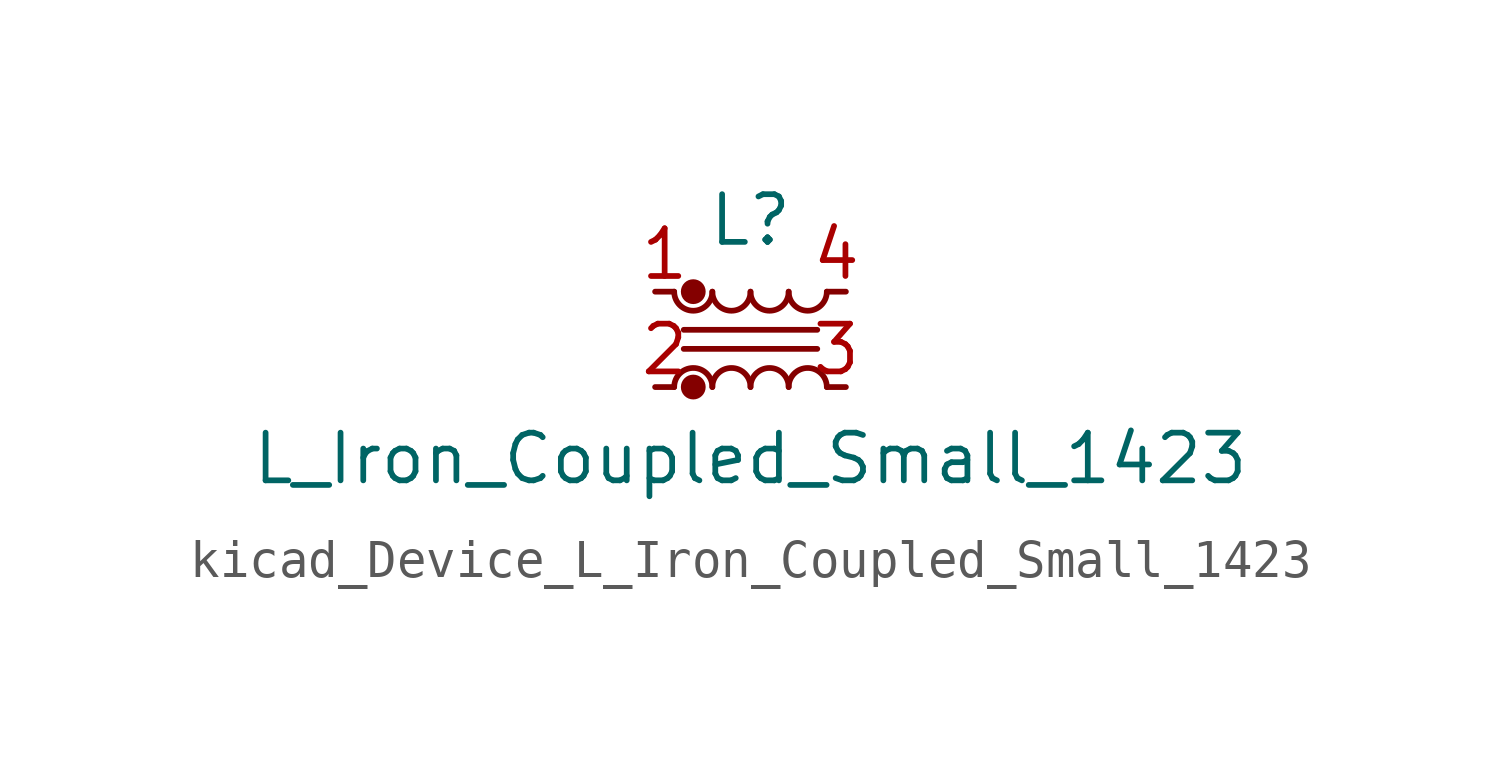
<source format=kicad_sym>
(kicad_symbol_lib
  (version 20220914)
  (generator kicad_symbol_editor)
  (symbol "kicad_Device_L_Iron_Coupled_Small_1423"
    (pin_names
      (offset 0.254) hide)
    (property "Reference" "L"
      (at 0 3.175 0)
      (effects (font (size 1.27 1.27))))
    (property "Value" "L_Iron_Coupled_Small_1423"
      (at 0 -3.175 0)
      (effects (font (size 1.27 1.27))))
    (symbol "kicad_Device_L_Iron_Coupled_Small_1423_0_1"
      (arc (start -2.032 1.27) (mid -1.524 0.7642) (end -1.016 1.27) (stroke (width 0) (type default)) (fill (type none)))
      (circle (center -1.524 -1.27) (radius 0.254) (stroke (width 0) (type default)) (fill (type outline)))
      (circle (center -1.524 1.27) (radius 0.254) (stroke (width 0) (type default)) (fill (type outline)))
      (arc (start -1.016 -1.27) (mid -1.524 -0.7642) (end -2.032 -1.27) (stroke (width 0) (type default)) (fill (type none)))
      (arc (start -1.016 1.27) (mid -0.508 0.7642) (end 0 1.27) (stroke (width 0) (type default)) (fill (type none)))
      (arc (start 0 -1.27) (mid -0.508 -0.7642) (end -1.016 -1.27) (stroke (width 0) (type default)) (fill (type none)))
      (polyline (pts (xy 1.778 -0.254) (xy -1.778 -0.254)) (stroke (width 0) (type default)) (fill (type none)))
      (polyline (pts (xy 1.778 0.254) (xy -1.778 0.254)) (stroke (width 0) (type default)) (fill (type none)))
      (arc (start 0 1.27) (mid 0.508 0.7642) (end 1.016 1.27) (stroke (width 0) (type default)) (fill (type none)))
      (arc (start 1.016 -1.27) (mid 0.508 -0.7642) (end 0 -1.27) (stroke (width 0) (type default)) (fill (type none)))
      (arc (start 1.016 1.27) (mid 1.524 0.7642) (end 2.032 1.27) (stroke (width 0) (type default)) (fill (type none)))
      (arc (start 2.032 -1.27) (mid 1.524 -0.7642) (end 1.016 -1.27) (stroke (width 0) (type default)) (fill (type none))))
    (symbol "kicad_Device_L_Iron_Coupled_Small_1423_1_1"
      (pin passive line (at -2.54 1.27 0) (length 0.508) (name "1" (effects (font (size 1.27 1.27)))) (number "1" (effects (font (size 1.27 1.27)))))
      (pin passive line (at -2.54 -1.27 0) (length 0.508) (name "2" (effects (font (size 1.27 1.27)))) (number "2" (effects (font (size 1.27 1.27)))))
      (pin passive line (at 2.54 -1.27 180) (length 0.508) (name "3" (effects (font (size 1.27 1.27)))) (number "3" (effects (font (size 1.27 1.27)))))
      (pin passive line (at 2.54 1.27 180) (length 0.508) (name "4" (effects (font (size 1.27 1.27)))) (number "4" (effects (font (size 1.27 1.27))))))))
</source>
